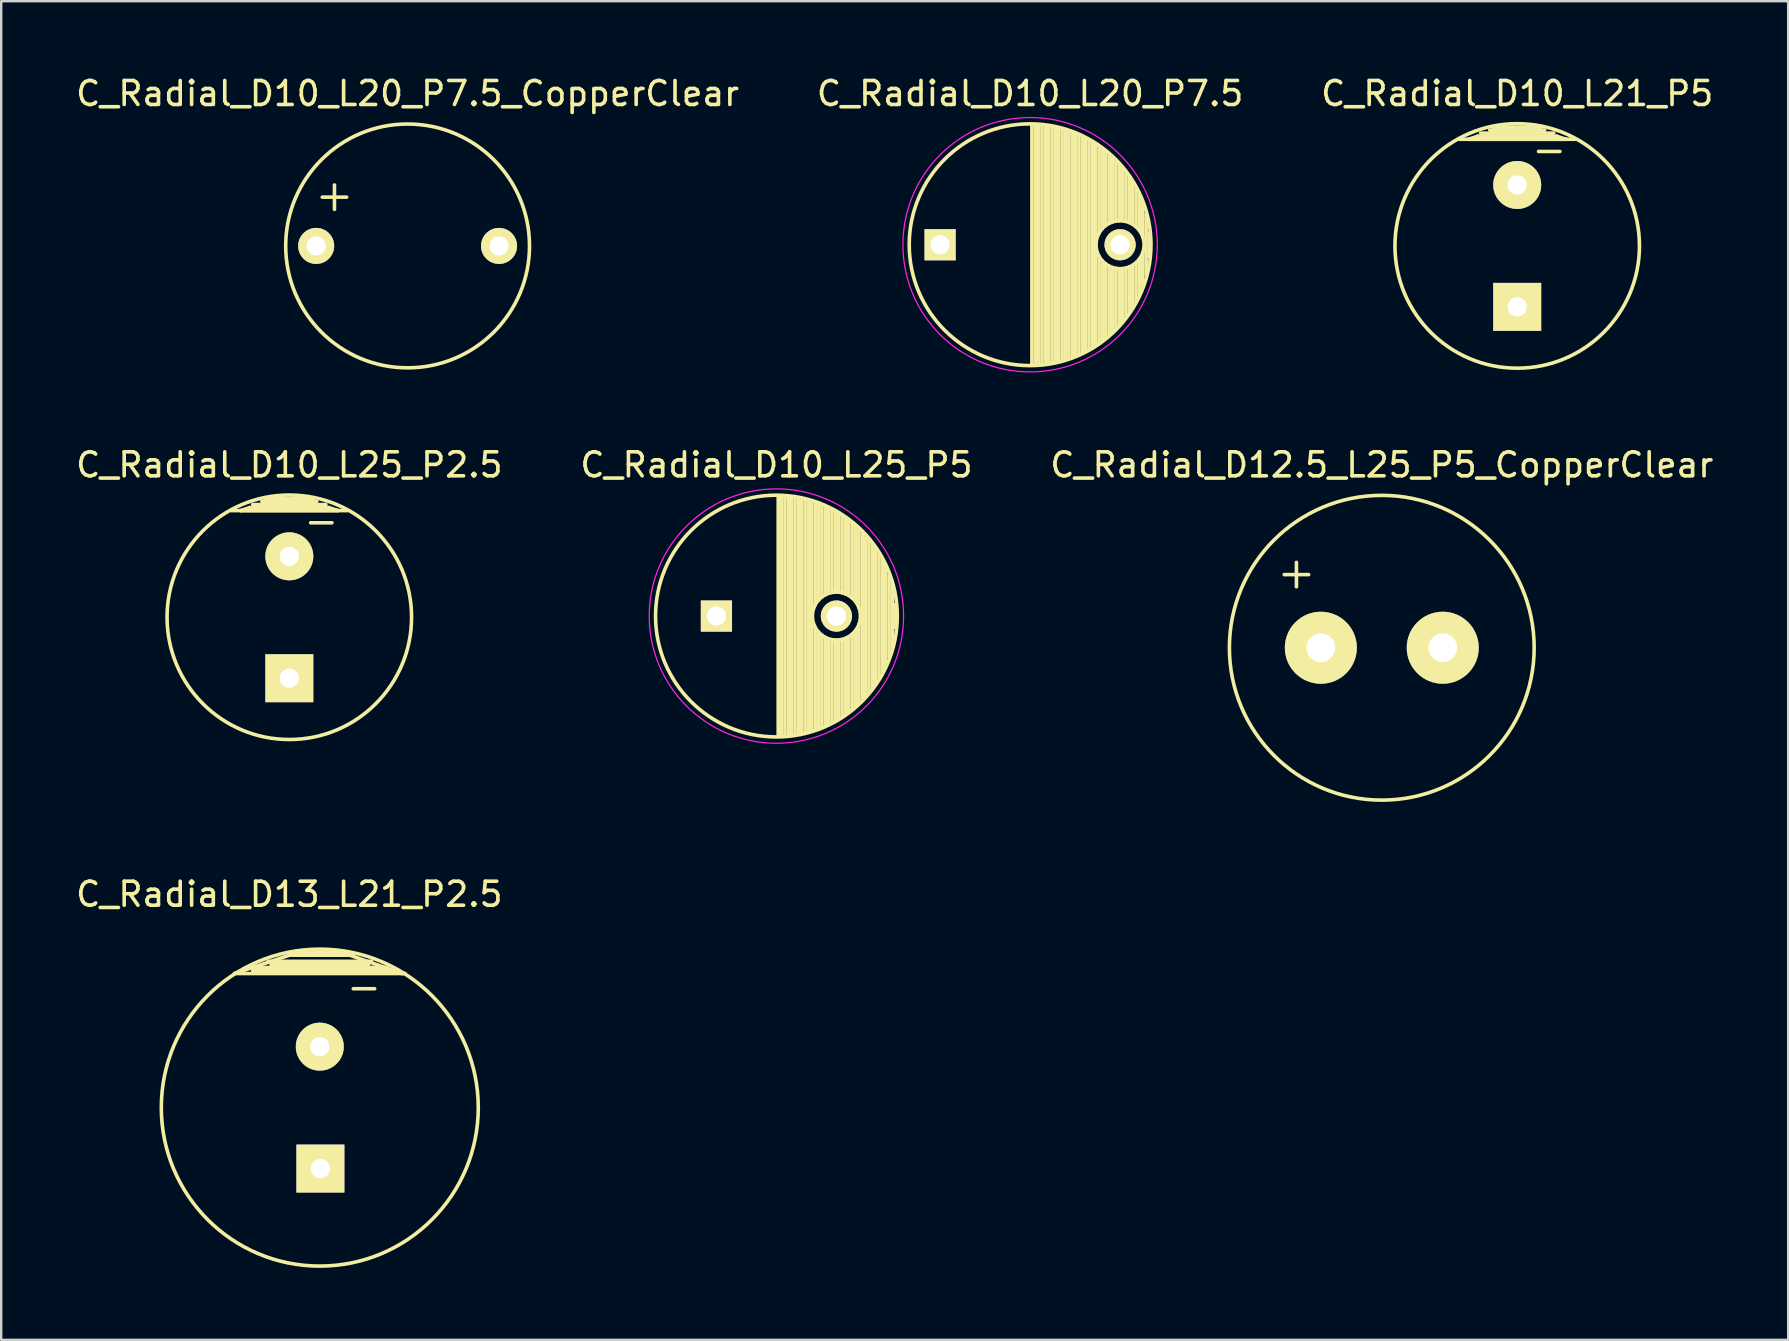
<source format=kicad_pcb>
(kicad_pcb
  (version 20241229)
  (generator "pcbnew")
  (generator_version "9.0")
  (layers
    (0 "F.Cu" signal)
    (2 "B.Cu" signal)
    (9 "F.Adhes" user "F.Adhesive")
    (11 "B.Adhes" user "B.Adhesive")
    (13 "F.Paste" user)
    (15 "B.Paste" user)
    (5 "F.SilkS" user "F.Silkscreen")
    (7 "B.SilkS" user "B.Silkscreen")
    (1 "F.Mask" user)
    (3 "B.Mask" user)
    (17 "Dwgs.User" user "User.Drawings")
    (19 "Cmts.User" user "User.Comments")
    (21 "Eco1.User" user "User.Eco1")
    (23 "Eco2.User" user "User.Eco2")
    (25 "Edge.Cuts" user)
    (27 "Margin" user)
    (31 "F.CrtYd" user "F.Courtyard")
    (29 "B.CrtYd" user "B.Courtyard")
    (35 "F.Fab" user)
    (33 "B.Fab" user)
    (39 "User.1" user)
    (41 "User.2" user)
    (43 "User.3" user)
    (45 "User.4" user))
  (footprint "C_Radial_D13_L21_P2.5"
    (layer "F.Cu")
    (at 10.276 43.105)
    (property "Reference" "C_Radial_D13_L21_P2.5" (at -1.27 -8.89 0) (layer "F.SilkS") (effects (font (size 1 1) (thickness 0.15))))
    (attr through_hole)
    (fp_line (start -3.556 -5.588) (end -0.889 -6.477) (stroke (width 0.15) (type solid)) (layer "F.SilkS"))
    (fp_line (start -2.794 -5.842) (end -2.667 -5.842) (stroke (width 0.15) (type solid)) (layer "F.SilkS"))
    (fp_line (start -2.794 -5.715) (end -1.905 -5.715) (stroke (width 0.15) (type solid)) (layer "F.SilkS"))
    (fp_line (start -2.159 -6.096) (end 2.159 -6.096) (stroke (width 0.15) (type solid)) (layer "F.SilkS"))
    (fp_line (start -2.032 -5.969) (end 2.032 -5.969) (stroke (width 0.15) (type solid)) (layer "F.SilkS"))
    (fp_line (start -0.889 -6.477) (end 0.889 -6.477) (stroke (width 0.15) (type solid)) (layer "F.SilkS"))
    (fp_line (start 0.889 -6.477) (end 3.429 -5.588) (stroke (width 0.15) (type solid)) (layer "F.SilkS"))
    (fp_line (start 1.397 -6.35) (end -1.27 -6.35) (stroke (width 0.15) (type solid)) (layer "F.SilkS"))
    (fp_line (start 1.397 -4.953) (end 2.286 -4.953) (stroke (width 0.15) (type solid)) (layer "F.SilkS"))
    (fp_line (start 2.794 -5.842) (end -2.794 -5.842) (stroke (width 0.15) (type solid)) (layer "F.SilkS"))
    (fp_line (start 2.921 -5.715) (end -2.794 -5.715) (stroke (width 0.15) (type solid)) (layer "F.SilkS"))
    (fp_line (start 3.429 -5.588) (end 3.048 -5.715) (stroke (width 0.15) (type solid)) (layer "F.SilkS"))
    (fp_line (start 3.556 -5.588) (end -3.556 -5.588) (stroke (width 0.15) (type solid)) (layer "F.SilkS"))
    (fp_circle (center 0 0) (end -6.604 0) (stroke (width 0.15) (type solid)) (fill no) (layer "F.SilkS"))
    (pad "1" thru_hole rect (at 0.025 2.54) (size 1.999 1.999) (drill 0.8) (layers "*.Cu" "*.Mask" "F.SilkS"))
    (pad "2" thru_hole circle (at 0 -2.54) (size 1.999 1.999) (drill 0.8) (layers "*.Cu" "*.Mask" "F.SilkS")))
  (footprint "C_Radial_D10_L20_P7.5_CopperClear"
    (layer "F.Cu")
    (at 10.125 7.198)
    (property "Reference" "C_Radial_D10_L20_P7.5_CopperClear" (at 3.81 -6.35 0) (layer "F.SilkS") (effects (font (size 1 1) (thickness 0.15))))
    (attr through_hole)
    (fp_line (start 0.254 -2.032) (end 1.27 -2.032) (stroke (width 0.15) (type solid)) (layer "F.SilkS"))
    (fp_line (start 0.762 -2.54) (end 0.762 -1.524) (stroke (width 0.15) (type solid)) (layer "F.SilkS"))
    (fp_circle (center 3.81 0) (end 8.89 0) (stroke (width 0.15) (type solid)) (fill no) (layer "F.SilkS"))
    (pad "1" thru_hole circle (at 0 0) (size 1.501 1.501) (drill 0.8) (layers "*.Cu" "*.Mask" "F.SilkS"))
    (pad "2" thru_hole circle (at 7.62 0) (size 1.501 1.501) (drill 0.8) (layers "*.Cu" "*.Mask" "F.SilkS")))
  (footprint "C_Radial_D10_L20_P7.5"
    (layer "F.Cu")
    (at 36.125 7.148)
    (property "Reference" "C_Radial_D10_L20_P7.5" (at 3.75 -6.3 0) (layer "F.SilkS") (effects (font (size 1 1) (thickness 0.15))))
    (attr through_hole)
    (fp_line (start 3.825 -4.999) (end 3.825 4.999) (stroke (width 0.15) (type solid)) (layer "F.SilkS"))
    (fp_line (start 3.965 -4.995) (end 3.965 4.995) (stroke (width 0.15) (type solid)) (layer "F.SilkS"))
    (fp_line (start 4.105 -4.987) (end 4.105 4.987) (stroke (width 0.15) (type solid)) (layer "F.SilkS"))
    (fp_line (start 4.245 -4.975) (end 4.245 4.975) (stroke (width 0.15) (type solid)) (layer "F.SilkS"))
    (fp_line (start 4.385 -4.96) (end 4.385 4.96) (stroke (width 0.15) (type solid)) (layer "F.SilkS"))
    (fp_line (start 4.525 -4.94) (end 4.525 4.94) (stroke (width 0.15) (type solid)) (layer "F.SilkS"))
    (fp_line (start 4.665 -4.916) (end 4.665 4.916) (stroke (width 0.15) (type solid)) (layer "F.SilkS"))
    (fp_line (start 4.805 -4.887) (end 4.805 4.887) (stroke (width 0.15) (type solid)) (layer "F.SilkS"))
    (fp_line (start 4.945 -4.855) (end 4.945 4.855) (stroke (width 0.15) (type solid)) (layer "F.SilkS"))
    (fp_line (start 5.085 -4.818) (end 5.085 4.818) (stroke (width 0.15) (type solid)) (layer "F.SilkS"))
    (fp_line (start 5.225 -4.777) (end 5.225 4.777) (stroke (width 0.15) (type solid)) (layer "F.SilkS"))
    (fp_line (start 5.365 -4.732) (end 5.365 4.732) (stroke (width 0.15) (type solid)) (layer "F.SilkS"))
    (fp_line (start 5.505 -4.682) (end 5.505 4.682) (stroke (width 0.15) (type solid)) (layer "F.SilkS"))
    (fp_line (start 5.645 -4.627) (end 5.645 4.627) (stroke (width 0.15) (type solid)) (layer "F.SilkS"))
    (fp_line (start 5.785 -4.567) (end 5.785 4.567) (stroke (width 0.15) (type solid)) (layer "F.SilkS"))
    (fp_line (start 5.925 -4.502) (end 5.925 4.502) (stroke (width 0.15) (type solid)) (layer "F.SilkS"))
    (fp_line (start 6.065 -4.432) (end 6.065 4.432) (stroke (width 0.15) (type solid)) (layer "F.SilkS"))
    (fp_line (start 6.205 -4.356) (end 6.205 4.356) (stroke (width 0.15) (type solid)) (layer "F.SilkS"))
    (fp_line (start 6.345 -4.274) (end 6.345 4.274) (stroke (width 0.15) (type solid)) (layer "F.SilkS"))
    (fp_line (start 6.485 -4.186) (end 6.485 4.186) (stroke (width 0.15) (type solid)) (layer "F.SilkS"))
    (fp_line (start 6.625 -4.091) (end 6.625 -0.484) (stroke (width 0.15) (type solid)) (layer "F.SilkS"))
    (fp_line (start 6.625 0.484) (end 6.625 4.091) (stroke (width 0.15) (type solid)) (layer "F.SilkS"))
    (fp_line (start 6.765 -3.989) (end 6.765 -0.678) (stroke (width 0.15) (type solid)) (layer "F.SilkS"))
    (fp_line (start 6.765 0.678) (end 6.765 3.989) (stroke (width 0.15) (type solid)) (layer "F.SilkS"))
    (fp_line (start 6.905 -3.879) (end 6.905 -0.804) (stroke (width 0.15) (type solid)) (layer "F.SilkS"))
    (fp_line (start 6.905 0.804) (end 6.905 3.879) (stroke (width 0.15) (type solid)) (layer "F.SilkS"))
    (fp_line (start 7.045 -3.761) (end 7.045 -0.89) (stroke (width 0.15) (type solid)) (layer "F.SilkS"))
    (fp_line (start 7.045 0.89) (end 7.045 3.761) (stroke (width 0.15) (type solid)) (layer "F.SilkS"))
    (fp_line (start 7.185 -3.633) (end 7.185 -0.949) (stroke (width 0.15) (type solid)) (layer "F.SilkS"))
    (fp_line (start 7.185 0.949) (end 7.185 3.633) (stroke (width 0.15) (type solid)) (layer "F.SilkS"))
    (fp_line (start 7.325 -3.496) (end 7.325 -0.985) (stroke (width 0.15) (type solid)) (layer "F.SilkS"))
    (fp_line (start 7.325 0.985) (end 7.325 3.496) (stroke (width 0.15) (type solid)) (layer "F.SilkS"))
    (fp_line (start 7.465 -3.346) (end 7.465 -0.999) (stroke (width 0.15) (type solid)) (layer "F.SilkS"))
    (fp_line (start 7.465 0.999) (end 7.465 3.346) (stroke (width 0.15) (type solid)) (layer "F.SilkS"))
    (fp_line (start 7.605 -3.184) (end 7.605 -0.994) (stroke (width 0.15) (type solid)) (layer "F.SilkS"))
    (fp_line (start 7.605 0.994) (end 7.605 3.184) (stroke (width 0.15) (type solid)) (layer "F.SilkS"))
    (fp_line (start 7.745 -3.007) (end 7.745 -0.97) (stroke (width 0.15) (type solid)) (layer "F.SilkS"))
    (fp_line (start 7.745 0.97) (end 7.745 3.007) (stroke (width 0.15) (type solid)) (layer "F.SilkS"))
    (fp_line (start 7.885 -2.811) (end 7.885 -0.923) (stroke (width 0.15) (type solid)) (layer "F.SilkS"))
    (fp_line (start 7.885 0.923) (end 7.885 2.811) (stroke (width 0.15) (type solid)) (layer "F.SilkS"))
    (fp_line (start 8.025 -2.593) (end 8.025 -0.851) (stroke (width 0.15) (type solid)) (layer "F.SilkS"))
    (fp_line (start 8.025 0.851) (end 8.025 2.593) (stroke (width 0.15) (type solid)) (layer "F.SilkS"))
    (fp_line (start 8.165 -2.347) (end 8.165 -0.747) (stroke (width 0.15) (type solid)) (layer "F.SilkS"))
    (fp_line (start 8.165 0.747) (end 8.165 2.347) (stroke (width 0.15) (type solid)) (layer "F.SilkS"))
    (fp_line (start 8.305 -2.062) (end 8.305 -0.593) (stroke (width 0.15) (type solid)) (layer "F.SilkS"))
    (fp_line (start 8.305 0.593) (end 8.305 2.062) (stroke (width 0.15) (type solid)) (layer "F.SilkS"))
    (fp_line (start 8.445 -1.72) (end 8.445 -0.327) (stroke (width 0.15) (type solid)) (layer "F.SilkS"))
    (fp_line (start 8.445 0.327) (end 8.445 1.72) (stroke (width 0.15) (type solid)) (layer "F.SilkS"))
    (fp_line (start 8.585 -1.274) (end 8.585 1.274) (stroke (width 0.15) (type solid)) (layer "F.SilkS"))
    (fp_line (start 8.725 -0.499) (end 8.725 0.499) (stroke (width 0.15) (type solid)) (layer "F.SilkS"))
    (fp_circle (center 3.75 0) (end 3.75 -5.037) (stroke (width 0.15) (type solid)) (fill no) (layer "F.SilkS"))
    (fp_circle (center 7.5 0) (end 7.5 -1) (stroke (width 0.15) (type solid)) (fill no) (layer "F.SilkS"))
    (fp_circle (center 3.75 0) (end 3.75 -5.3) (stroke (width 0.05) (type solid)) (fill no) (layer "F.CrtYd"))
    (pad "1" thru_hole rect (at 0 0) (size 1.3 1.3) (drill 0.8) (layers "*.Cu" "*.Mask" "F.SilkS"))
    (pad "2" thru_hole circle (at 7.5 0) (size 1.3 1.3) (drill 0.8) (layers "*.Cu" "*.Mask" "F.SilkS")))
  (footprint "C_Radial_D10_L25_P5"
    (layer "F.Cu")
    (at 26.804 22.622)
    (property "Reference" "C_Radial_D10_L25_P5" (at 2.5 -6.3 0) (layer "F.SilkS") (effects (font (size 1 1) (thickness 0.15))))
    (attr through_hole)
    (fp_line (start 2.575 -4.999) (end 2.575 4.999) (stroke (width 0.15) (type solid)) (layer "F.SilkS"))
    (fp_line (start 2.715 -4.995) (end 2.715 4.995) (stroke (width 0.15) (type solid)) (layer "F.SilkS"))
    (fp_line (start 2.855 -4.987) (end 2.855 4.987) (stroke (width 0.15) (type solid)) (layer "F.SilkS"))
    (fp_line (start 2.995 -4.975) (end 2.995 4.975) (stroke (width 0.15) (type solid)) (layer "F.SilkS"))
    (fp_line (start 3.135 -4.96) (end 3.135 4.96) (stroke (width 0.15) (type solid)) (layer "F.SilkS"))
    (fp_line (start 3.275 -4.94) (end 3.275 4.94) (stroke (width 0.15) (type solid)) (layer "F.SilkS"))
    (fp_line (start 3.415 -4.916) (end 3.415 4.916) (stroke (width 0.15) (type solid)) (layer "F.SilkS"))
    (fp_line (start 3.555 -4.887) (end 3.555 4.887) (stroke (width 0.15) (type solid)) (layer "F.SilkS"))
    (fp_line (start 3.695 -4.855) (end 3.695 4.855) (stroke (width 0.15) (type solid)) (layer "F.SilkS"))
    (fp_line (start 3.835 -4.818) (end 3.835 4.818) (stroke (width 0.15) (type solid)) (layer "F.SilkS"))
    (fp_line (start 3.975 -4.777) (end 3.975 4.777) (stroke (width 0.15) (type solid)) (layer "F.SilkS"))
    (fp_line (start 4.115 -4.732) (end 4.115 -0.466) (stroke (width 0.15) (type solid)) (layer "F.SilkS"))
    (fp_line (start 4.115 0.466) (end 4.115 4.732) (stroke (width 0.15) (type solid)) (layer "F.SilkS"))
    (fp_line (start 4.255 -4.682) (end 4.255 -0.667) (stroke (width 0.15) (type solid)) (layer "F.SilkS"))
    (fp_line (start 4.255 0.667) (end 4.255 4.682) (stroke (width 0.15) (type solid)) (layer "F.SilkS"))
    (fp_line (start 4.395 -4.627) (end 4.395 -0.796) (stroke (width 0.15) (type solid)) (layer "F.SilkS"))
    (fp_line (start 4.395 0.796) (end 4.395 4.627) (stroke (width 0.15) (type solid)) (layer "F.SilkS"))
    (fp_line (start 4.535 -4.567) (end 4.535 -0.885) (stroke (width 0.15) (type solid)) (layer "F.SilkS"))
    (fp_line (start 4.535 0.885) (end 4.535 4.567) (stroke (width 0.15) (type solid)) (layer "F.SilkS"))
    (fp_line (start 4.675 -4.502) (end 4.675 -0.946) (stroke (width 0.15) (type solid)) (layer "F.SilkS"))
    (fp_line (start 4.675 0.946) (end 4.675 4.502) (stroke (width 0.15) (type solid)) (layer "F.SilkS"))
    (fp_line (start 4.815 -4.432) (end 4.815 -0.983) (stroke (width 0.15) (type solid)) (layer "F.SilkS"))
    (fp_line (start 4.815 0.983) (end 4.815 4.432) (stroke (width 0.15) (type solid)) (layer "F.SilkS"))
    (fp_line (start 4.955 -4.356) (end 4.955 -0.999) (stroke (width 0.15) (type solid)) (layer "F.SilkS"))
    (fp_line (start 4.955 0.999) (end 4.955 4.356) (stroke (width 0.15) (type solid)) (layer "F.SilkS"))
    (fp_line (start 5.095 -4.274) (end 5.095 -0.995) (stroke (width 0.15) (type solid)) (layer "F.SilkS"))
    (fp_line (start 5.095 0.995) (end 5.095 4.274) (stroke (width 0.15) (type solid)) (layer "F.SilkS"))
    (fp_line (start 5.235 -4.186) (end 5.235 -0.972) (stroke (width 0.15) (type solid)) (layer "F.SilkS"))
    (fp_line (start 5.235 0.972) (end 5.235 4.186) (stroke (width 0.15) (type solid)) (layer "F.SilkS"))
    (fp_line (start 5.375 -4.091) (end 5.375 -0.927) (stroke (width 0.15) (type solid)) (layer "F.SilkS"))
    (fp_line (start 5.375 0.927) (end 5.375 4.091) (stroke (width 0.15) (type solid)) (layer "F.SilkS"))
    (fp_line (start 5.515 -3.989) (end 5.515 -0.857) (stroke (width 0.15) (type solid)) (layer "F.SilkS"))
    (fp_line (start 5.515 0.857) (end 5.515 3.989) (stroke (width 0.15) (type solid)) (layer "F.SilkS"))
    (fp_line (start 5.655 -3.879) (end 5.655 -0.756) (stroke (width 0.15) (type solid)) (layer "F.SilkS"))
    (fp_line (start 5.655 0.756) (end 5.655 3.879) (stroke (width 0.15) (type solid)) (layer "F.SilkS"))
    (fp_line (start 5.795 -3.761) (end 5.795 -0.607) (stroke (width 0.15) (type solid)) (layer "F.SilkS"))
    (fp_line (start 5.795 0.607) (end 5.795 3.761) (stroke (width 0.15) (type solid)) (layer "F.SilkS"))
    (fp_line (start 5.935 -3.633) (end 5.935 -0.355) (stroke (width 0.15) (type solid)) (layer "F.SilkS"))
    (fp_line (start 5.935 0.355) (end 5.935 3.633) (stroke (width 0.15) (type solid)) (layer "F.SilkS"))
    (fp_line (start 6.075 -3.496) (end 6.075 3.496) (stroke (width 0.15) (type solid)) (layer "F.SilkS"))
    (fp_line (start 6.215 -3.346) (end 6.215 3.346) (stroke (width 0.15) (type solid)) (layer "F.SilkS"))
    (fp_line (start 6.355 -3.184) (end 6.355 3.184) (stroke (width 0.15) (type solid)) (layer "F.SilkS"))
    (fp_line (start 6.495 -3.007) (end 6.495 3.007) (stroke (width 0.15) (type solid)) (layer "F.SilkS"))
    (fp_line (start 6.635 -2.811) (end 6.635 2.811) (stroke (width 0.15) (type solid)) (layer "F.SilkS"))
    (fp_line (start 6.775 -2.593) (end 6.775 2.593) (stroke (width 0.15) (type solid)) (layer "F.SilkS"))
    (fp_line (start 6.915 -2.347) (end 6.915 2.347) (stroke (width 0.15) (type solid)) (layer "F.SilkS"))
    (fp_line (start 7.055 -2.062) (end 7.055 2.062) (stroke (width 0.15) (type solid)) (layer "F.SilkS"))
    (fp_line (start 7.195 -1.72) (end 7.195 1.72) (stroke (width 0.15) (type solid)) (layer "F.SilkS"))
    (fp_line (start 7.335 -1.274) (end 7.335 1.274) (stroke (width 0.15) (type solid)) (layer "F.SilkS"))
    (fp_line (start 7.475 -0.499) (end 7.475 0.499) (stroke (width 0.15) (type solid)) (layer "F.SilkS"))
    (fp_circle (center 2.5 0) (end 2.5 -5.037) (stroke (width 0.15) (type solid)) (fill no) (layer "F.SilkS"))
    (fp_circle (center 5 0) (end 5 -1) (stroke (width 0.15) (type solid)) (fill no) (layer "F.SilkS"))
    (fp_circle (center 2.5 0) (end 2.5 -5.3) (stroke (width 0.05) (type solid)) (fill no) (layer "F.CrtYd"))
    (pad "1" thru_hole rect (at 0 0) (size 1.3 1.3) (drill 0.8) (layers "*.Cu" "*.Mask" "F.SilkS"))
    (pad "2" thru_hole circle (at 5 0) (size 1.3 1.3) (drill 0.8) (layers "*.Cu" "*.Mask" "F.SilkS")))
  (footprint "C_Radial_D10_L25_P2.5"
    (layer "F.Cu")
    (at 9.006 22.672)
    (property "Reference" "C_Radial_D10_L25_P2.5" (at 0 -6.35 0) (layer "F.SilkS") (effects (font (size 1 1) (thickness 0.15))))
    (attr through_hole)
    (fp_line (start -2.413 -4.445) (end 2.413 -4.445) (stroke (width 0.15) (type solid)) (layer "F.SilkS"))
    (fp_line (start -2.032 -4.445) (end -1.651 -4.572) (stroke (width 0.15) (type solid)) (layer "F.SilkS"))
    (fp_line (start -1.651 -4.572) (end 1.651 -4.572) (stroke (width 0.15) (type solid)) (layer "F.SilkS"))
    (fp_line (start -1.524 -4.699) (end 1.524 -4.699) (stroke (width 0.15) (type solid)) (layer "F.SilkS"))
    (fp_line (start -1.016 -4.826) (end 1.016 -4.826) (stroke (width 0.15) (type solid)) (layer "F.SilkS"))
    (fp_line (start 0.889 -3.937) (end 1.778 -3.937) (stroke (width 0.15) (type solid)) (layer "F.SilkS"))
    (fp_line (start 1.016 -4.953) (end -1.016 -4.953) (stroke (width 0.15) (type solid)) (layer "F.SilkS"))
    (fp_line (start 1.143 -4.826) (end -1.143 -4.826) (stroke (width 0.15) (type solid)) (layer "F.SilkS"))
    (fp_line (start 1.651 -4.572) (end 2.032 -4.445) (stroke (width 0.15) (type solid)) (layer "F.SilkS"))
    (fp_line (start 2.032 -4.445) (end -2.032 -4.445) (stroke (width 0.15) (type solid)) (layer "F.SilkS"))
    (fp_circle (center 0 0) (end 5.08 0.381) (stroke (width 0.15) (type solid)) (fill no) (layer "F.SilkS"))
    (pad "1" thru_hole rect (at 0 2.54) (size 1.999 1.999) (drill 0.8) (layers "*.Cu" "*.Mask" "F.SilkS"))
    (pad "2" thru_hole circle (at 0 -2.54) (size 1.999 1.999) (drill 0.8) (layers "*.Cu" "*.Mask" "F.SilkS")))
  (footprint "C_Radial_D12.5_L25_P5_CopperClear"
    (layer "F.Cu")
    (at 51.99 23.942)
    (property "Reference" "C_Radial_D12.5_L25_P5_CopperClear" (at 2.54 -7.62 0) (layer "F.SilkS") (effects (font (size 1 1) (thickness 0.15))))
    (attr through_hole)
    (fp_line (start -1.524 -3.048) (end -0.508 -3.048) (stroke (width 0.15) (type solid)) (layer "F.SilkS"))
    (fp_line (start -1.016 -3.556) (end -1.016 -2.54) (stroke (width 0.15) (type solid)) (layer "F.SilkS"))
    (fp_circle (center 2.54 0) (end 8.89 0) (stroke (width 0.15) (type solid)) (fill no) (layer "F.SilkS"))
    (pad "1" thru_hole circle (at 0 0) (size 3 3) (drill 1.199) (layers "*.Cu" "*.Mask" "F.SilkS"))
    (pad "2" thru_hole circle (at 5.08 0) (size 3 3) (drill 1.199) (layers "*.Cu" "*.Mask" "F.SilkS")))
  (footprint "C_Radial_D10_L21_P5"
    (layer "F.Cu")
    (at 60.173 7.198)
    (property "Reference" "C_Radial_D10_L21_P5" (at 0 -6.35 0) (layer "F.SilkS") (effects (font (size 1 1) (thickness 0.15))))
    (attr through_hole)
    (fp_line (start -2.413 -4.445) (end 2.413 -4.445) (stroke (width 0.15) (type solid)) (layer "F.SilkS"))
    (fp_line (start -2.032 -4.445) (end -1.651 -4.572) (stroke (width 0.15) (type solid)) (layer "F.SilkS"))
    (fp_line (start -1.651 -4.572) (end 1.651 -4.572) (stroke (width 0.15) (type solid)) (layer "F.SilkS"))
    (fp_line (start -1.524 -4.699) (end 1.524 -4.699) (stroke (width 0.15) (type solid)) (layer "F.SilkS"))
    (fp_line (start -1.016 -4.826) (end 1.016 -4.826) (stroke (width 0.15) (type solid)) (layer "F.SilkS"))
    (fp_line (start 0.889 -3.937) (end 1.778 -3.937) (stroke (width 0.15) (type solid)) (layer "F.SilkS"))
    (fp_line (start 1.016 -4.953) (end -1.016 -4.953) (stroke (width 0.15) (type solid)) (layer "F.SilkS"))
    (fp_line (start 1.143 -4.826) (end -1.143 -4.826) (stroke (width 0.15) (type solid)) (layer "F.SilkS"))
    (fp_line (start 1.651 -4.572) (end 2.032 -4.445) (stroke (width 0.15) (type solid)) (layer "F.SilkS"))
    (fp_line (start 2.032 -4.445) (end -2.032 -4.445) (stroke (width 0.15) (type solid)) (layer "F.SilkS"))
    (fp_circle (center 0 0) (end 5.08 0.381) (stroke (width 0.15) (type solid)) (fill no) (layer "F.SilkS"))
    (pad "1" thru_hole rect (at 0 2.54) (size 1.999 1.999) (drill 0.8) (layers "*.Cu" "*.Mask" "F.SilkS"))
    (pad "2" thru_hole circle (at 0 -2.54) (size 1.999 1.999) (drill 0.8) (layers "*.Cu" "*.Mask" "F.SilkS")))
  (gr_rect
    (start -3 -3)
    (end 71.464 52.784)
    (stroke (width 0.1) (type default))
    (fill no)
    (layer "Edge.Cuts")))
</source>
